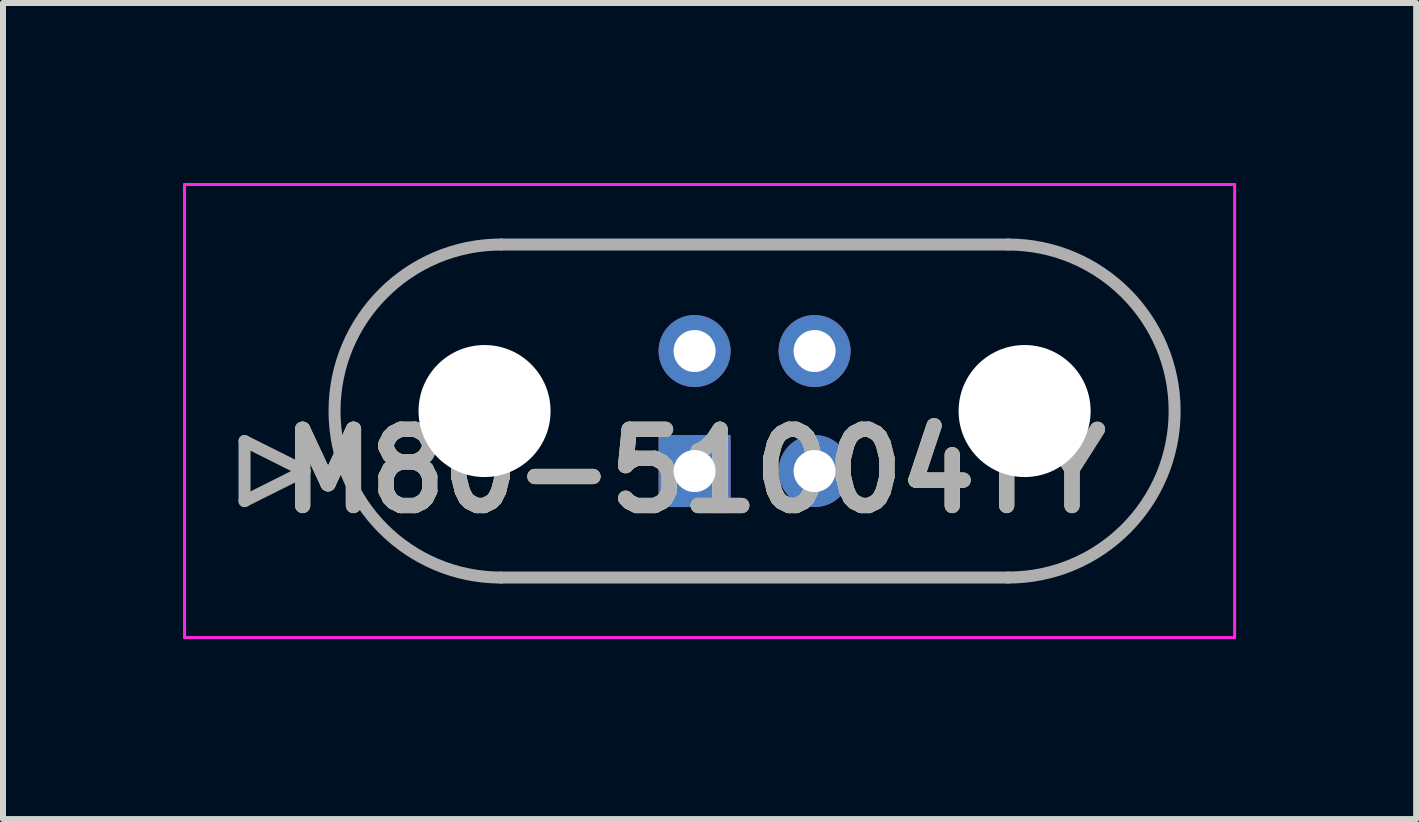
<source format=kicad_pcb>
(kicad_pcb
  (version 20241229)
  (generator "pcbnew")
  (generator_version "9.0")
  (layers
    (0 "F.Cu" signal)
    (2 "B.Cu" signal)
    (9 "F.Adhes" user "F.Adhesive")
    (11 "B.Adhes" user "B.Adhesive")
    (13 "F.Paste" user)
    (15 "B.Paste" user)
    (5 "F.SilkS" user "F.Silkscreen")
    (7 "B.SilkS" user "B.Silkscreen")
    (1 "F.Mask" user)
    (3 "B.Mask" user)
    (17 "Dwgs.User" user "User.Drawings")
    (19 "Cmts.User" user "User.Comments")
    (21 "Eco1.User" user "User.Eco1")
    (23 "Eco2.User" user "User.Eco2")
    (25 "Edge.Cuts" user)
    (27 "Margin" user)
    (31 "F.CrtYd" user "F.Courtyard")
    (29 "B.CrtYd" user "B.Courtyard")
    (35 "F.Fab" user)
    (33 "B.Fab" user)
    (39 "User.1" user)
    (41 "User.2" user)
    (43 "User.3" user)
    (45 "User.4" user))
  (footprint "M80-51004YY"
    (layer "F.Cu")
    (at 8.525 4.8)
    (property "Reference" "M80-51004YY" (at 0 0 0) (layer "F.SilkS") (effects (font (size 1.27 1.27) (thickness 0.254))))
    (attr through_hole)
    (fp_line (start -7.5 -0.5) (end -6.5 0) (stroke (width 0.1) (type solid)) (layer "F.SilkS"))
    (fp_line (start -7.5 0.5) (end -7.5 -0.5) (stroke (width 0.1) (type solid)) (layer "F.SilkS"))
    (fp_line (start -6.5 0) (end -7.5 0.5) (stroke (width 0.1) (type solid)) (layer "F.SilkS"))
    (fp_line (start -3.225 -3.775) (end 5.225 -3.775) (stroke (width 0.1) (type solid)) (layer "F.SilkS"))
    (fp_line (start 5.225 1.775) (end -3.225 1.775) (stroke (width 0.1) (type solid)) (layer "F.SilkS"))
    (fp_arc (start -3.225 1.775) (mid -6 -1) (end -3.225 -3.775) (stroke (width 0.1) (type solid)) (layer "F.SilkS"))
    (fp_arc (start 5.225 -3.775) (mid 8 -1) (end 5.225 1.775) (stroke (width 0.1) (type solid)) (layer "F.SilkS"))
    (fp_line (start -8.5 -4.775) (end 9 -4.775) (stroke (width 0.05) (type solid)) (layer "F.CrtYd"))
    (fp_line (start -8.5 2.775) (end -8.5 -4.775) (stroke (width 0.05) (type solid)) (layer "F.CrtYd"))
    (fp_line (start 9 -4.775) (end 9 2.775) (stroke (width 0.05) (type solid)) (layer "F.CrtYd"))
    (fp_line (start 9 2.775) (end -8.5 2.775) (stroke (width 0.05) (type solid)) (layer "F.CrtYd"))
    (fp_line (start -7.5 -0.5) (end -6.5 0) (stroke (width 0.2) (type solid)) (layer "F.Fab"))
    (fp_line (start -7.5 0.5) (end -7.5 -0.5) (stroke (width 0.2) (type solid)) (layer "F.Fab"))
    (fp_line (start -6.5 0) (end -7.5 0.5) (stroke (width 0.2) (type solid)) (layer "F.Fab"))
    (fp_line (start -3.225 -3.775) (end 5.225 -3.775) (stroke (width 0.2) (type solid)) (layer "F.Fab"))
    (fp_line (start 5.225 1.775) (end -3.225 1.775) (stroke (width 0.2) (type solid)) (layer "F.Fab"))
    (fp_arc (start -3.225 1.775) (mid -6 -1) (end -3.225 -3.775) (stroke (width 0.2) (type solid)) (layer "F.Fab"))
    (fp_arc (start 5.225 -3.775) (mid 8 -1) (end 5.225 1.775) (stroke (width 0.2) (type solid)) (layer "F.Fab"))
    (fp_text user "${REFERENCE}" (at 0 0 0) (layer "F.Fab") (effects (font (size 1.27 1.27) (thickness 0.254))))
    (pad "" np_thru_hole circle (at -3.5 -1) (size 2.2 2.2) (drill 2.2) (layers "*.Cu" "*.Mask"))
    (pad "" np_thru_hole circle (at 5.5 -1) (size 2.2 2.2) (drill 2.2) (layers "*.Cu" "*.Mask"))
    (pad "1" thru_hole rect (at 0 0) (size 1.2 1.2) (drill 0.7) (layers "*.Cu" "*.Mask"))
    (pad "2" thru_hole circle (at 2 0) (size 1.2 1.2) (drill 0.7) (layers "*.Cu" "*.Mask"))
    (pad "3" thru_hole circle (at 0 -2) (size 1.2 1.2) (drill 0.7) (layers "*.Cu" "*.Mask"))
    (pad "4" thru_hole circle (at 2 -2) (size 1.2 1.2) (drill 0.7) (layers "*.Cu" "*.Mask")))
  (gr_rect
    (start -3 -3)
    (end 20.55 10.6)
    (stroke (width 0.1) (type default))
    (fill no)
    (layer "Edge.Cuts")))
</source>
